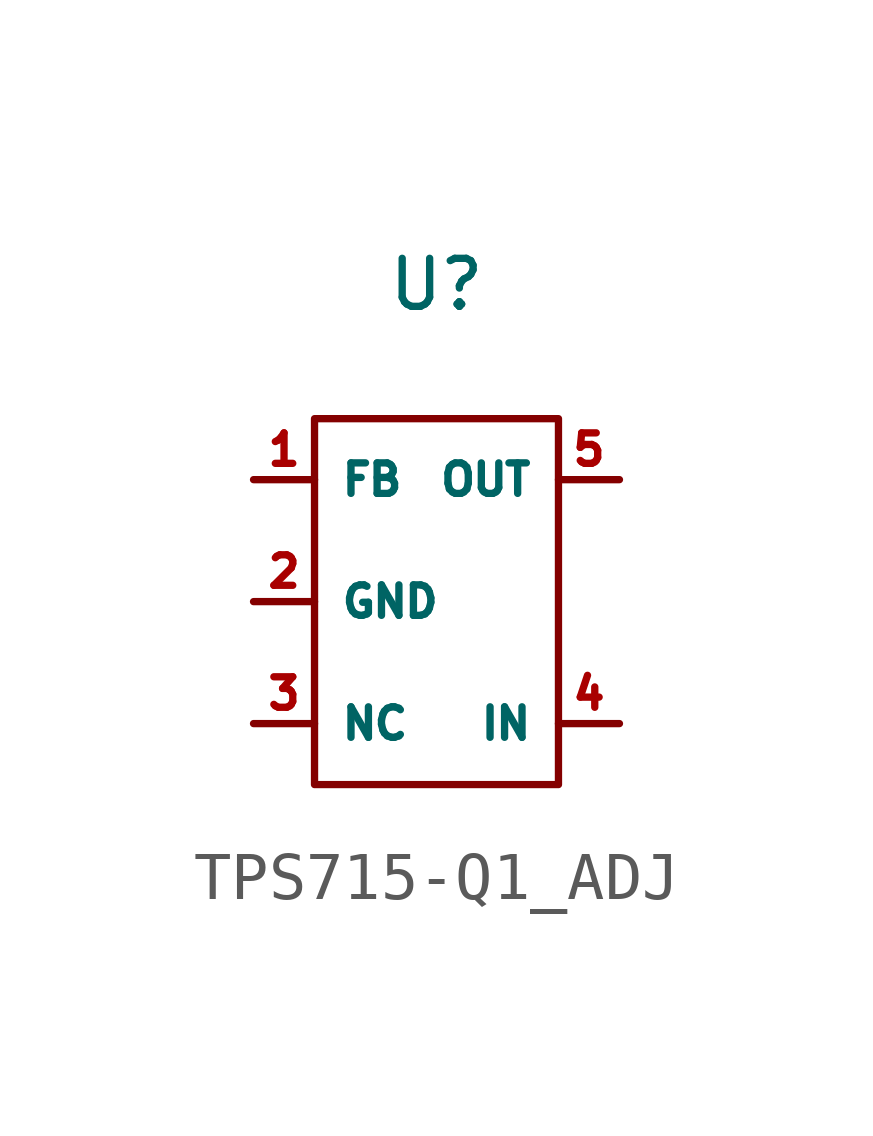
<source format=kicad_sym>
(kicad_symbol_lib
  (version 20241209)
  (generator "kicad_symbol_editor")
  (generator_version "9.0")
  (symbol "TPS715-Q1_ADJ"
    (property "Reference" "U"
      (at 0 6.604 0)
      (effects (font (size 1 1))))
    (symbol "TPS715-Q1_ADJ_0_1"
      (rectangle (start -2.54 3.81) (end 2.54 -3.81) (stroke (width 0) (type default)) (fill (type none))))
    (symbol "TPS715-Q1_ADJ_1_1"
      (pin input line (at -3.81 2.54 0) (length 1.27) (name "FB" (effects (font (size 0.635 0.635)))) (number "1" (effects (font (size 0.635 0.635)))))
      (pin power_in line (at -3.81 0 0) (length 1.27) (name "GND" (effects (font (size 0.635 0.635)))) (number "2" (effects (font (size 0.635 0.635)))))
      (pin passive line (at -3.81 -2.54 0) (length 1.27) (name "NC" (effects (font (size 0.635 0.635)))) (number "3" (effects (font (size 0.635 0.635)))))
      (pin power_out line (at 3.81 2.54 180) (length 1.27) (name "OUT" (effects (font (size 0.635 0.635)))) (number "5" (effects (font (size 0.635 0.635)))))
      (pin power_in line (at 3.81 -2.54 180) (length 1.27) (name "IN" (effects (font (size 0.635 0.635)))) (number "4" (effects (font (size 0.635 0.635))))))))
</source>
